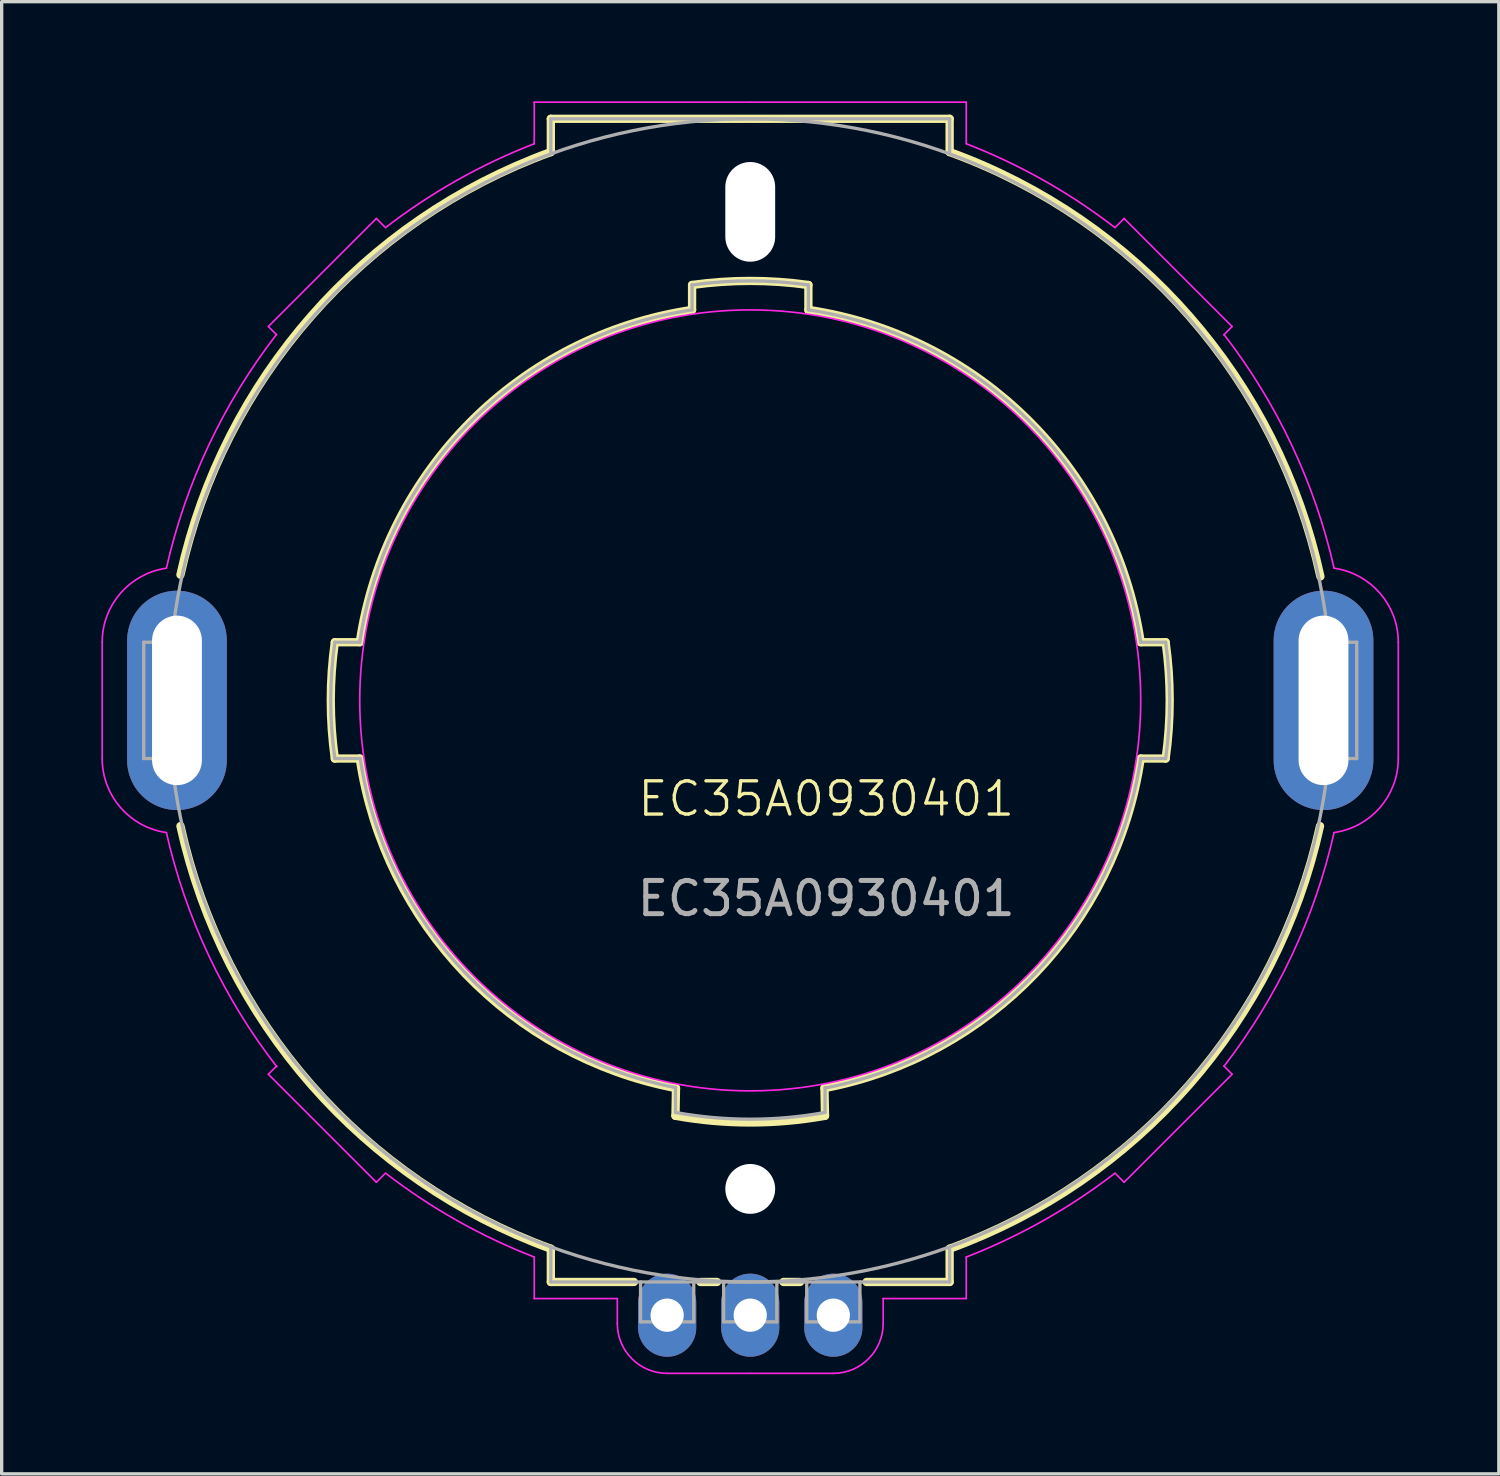
<source format=kicad_pcb>
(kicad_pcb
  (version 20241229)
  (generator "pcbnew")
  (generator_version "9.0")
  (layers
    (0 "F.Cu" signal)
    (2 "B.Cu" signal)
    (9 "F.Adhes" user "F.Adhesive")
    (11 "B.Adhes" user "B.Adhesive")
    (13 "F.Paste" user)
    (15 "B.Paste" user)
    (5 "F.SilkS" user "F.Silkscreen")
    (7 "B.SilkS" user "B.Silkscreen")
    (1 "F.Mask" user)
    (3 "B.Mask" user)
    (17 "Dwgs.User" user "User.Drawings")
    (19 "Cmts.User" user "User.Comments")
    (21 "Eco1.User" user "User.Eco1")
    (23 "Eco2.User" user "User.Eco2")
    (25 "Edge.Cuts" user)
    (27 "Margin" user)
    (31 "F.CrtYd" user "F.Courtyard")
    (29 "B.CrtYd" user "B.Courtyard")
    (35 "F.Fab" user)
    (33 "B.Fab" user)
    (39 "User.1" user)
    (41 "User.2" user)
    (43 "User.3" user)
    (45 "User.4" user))
  (footprint "EC35A0930401"
    (layer "F.Cu")
    (at 19.525 18.025)
    (property "Reference" "EC35A0930401" (at 2.286 2.963 0) (unlocked yes) (layer "F.SilkS") (effects (font (size 1 1) (thickness 0.1))))
    (attr through_hole)
    (fp_line (start -12.5 -1.75) (end -11.75 -1.75) (stroke (width 0.25) (type default)) (layer "F.SilkS"))
    (fp_line (start -12.5 1.75) (end -11.75 1.75) (stroke (width 0.25) (type default)) (layer "F.SilkS"))
    (fp_line (start -6 -17.5) (end 6 -17.5) (stroke (width 0.25) (type default)) (layer "F.SilkS"))
    (fp_line (start -6 -16.5) (end -6 -17.5) (stroke (width 0.25) (type default)) (layer "F.SilkS"))
    (fp_line (start -6 16.5) (end -6 17.5) (stroke (width 0.25) (type default)) (layer "F.SilkS"))
    (fp_line (start -6 17.5) (end -3.5 17.5) (stroke (width 0.25) (type default)) (layer "F.SilkS"))
    (fp_line (start -2.25 12.5) (end -2.234 11.668) (stroke (width 0.25) (type default)) (layer "F.SilkS"))
    (fp_line (start -1.75 -11.75) (end -1.75 -12.5) (stroke (width 0.25) (type default)) (layer "F.SilkS"))
    (fp_line (start -1.5 17.5) (end -1 17.5) (stroke (width 0.25) (type default)) (layer "F.SilkS"))
    (fp_line (start 1 17.5) (end 1.5 17.5) (stroke (width 0.25) (type default)) (layer "F.SilkS"))
    (fp_line (start 1.75 -11.75) (end 1.75 -12.5) (stroke (width 0.25) (type default)) (layer "F.SilkS"))
    (fp_line (start 2.25 12.5) (end 2.234 11.668) (stroke (width 0.25) (type default)) (layer "F.SilkS"))
    (fp_line (start 6 -17.5) (end 6 -16.5) (stroke (width 0.25) (type default)) (layer "F.SilkS"))
    (fp_line (start 6 16.5) (end 6 17.5) (stroke (width 0.25) (type default)) (layer "F.SilkS"))
    (fp_line (start 6 17.5) (end 3.5 17.5) (stroke (width 0.25) (type default)) (layer "F.SilkS"))
    (fp_line (start 11.75 -1.75) (end 12.5 -1.75) (stroke (width 0.25) (type default)) (layer "F.SilkS"))
    (fp_line (start 11.75 1.75) (end 12.5 1.75) (stroke (width 0.25) (type default)) (layer "F.SilkS"))
    (fp_arc (start -17.144876 -3.781958) (mid -13.204487 -11.57115) (end -6 -16.499999) (stroke (width 0.25) (type default)) (layer "F.SilkS"))
    (fp_arc (start -12.499999 1.75) (mid -12.621905 0) (end -12.499999 -1.75) (stroke (width 0.25) (type default)) (layer "F.SilkS"))
    (fp_arc (start -11.75 -1.75) (mid -8.400149 -8.400149) (end -1.75 -11.75) (stroke (width 0.25) (type default)) (layer "F.SilkS"))
    (fp_arc (start -6 16.499999) (mid -13.204486 11.57115) (end -17.144876 3.781958) (stroke (width 0.25) (type default)) (layer "F.SilkS"))
    (fp_arc (start -2.234224 11.667615) (mid -8.572013 8.224694) (end -11.75 1.75) (stroke (width 0.25) (type default)) (layer "F.SilkS"))
    (fp_arc (start -1.75 -12.499999) (mid 0 -12.621905) (end 1.75 -12.499999) (stroke (width 0.25) (type default)) (layer "F.SilkS"))
    (fp_arc (start 1.75 -11.75) (mid 8.400149 -8.400149) (end 11.75 -1.75) (stroke (width 0.25) (type default)) (layer "F.SilkS"))
    (fp_arc (start 2.25 12.499999) (mid 0 12.700885) (end -2.25 12.499999) (stroke (width 0.25) (type default)) (layer "F.SilkS"))
    (fp_arc (start 6 -16.499999) (mid 13.22212 -11.550995) (end 17.156333 -3.729638) (stroke (width 0.25) (type default)) (layer "F.SilkS"))
    (fp_arc (start 11.75 1.75) (mid 8.572013 8.224694) (end 2.234224 11.667615) (stroke (width 0.25) (type default)) (layer "F.SilkS"))
    (fp_arc (start 12.499999 -1.75) (mid 12.621905 0) (end 12.499999 1.75) (stroke (width 0.25) (type default)) (layer "F.SilkS"))
    (fp_arc (start 17.144876 3.781958) (mid 13.204487 11.57115) (end 6 16.499999) (stroke (width 0.25) (type default)) (layer "F.SilkS"))
    (fp_line (start -19.5 -1.75) (end -19.5 1.75) (stroke (width 0.05) (type default)) (layer "F.CrtYd"))
    (fp_line (start -14.5 -11.25) (end -14.25 -11) (stroke (width 0.05) (type default)) (layer "F.CrtYd"))
    (fp_line (start -14.5 11.25) (end -11.25 14.5) (stroke (width 0.05) (type default)) (layer "F.CrtYd"))
    (fp_line (start -14.25 11) (end -14.5 11.25) (stroke (width 0.05) (type default)) (layer "F.CrtYd"))
    (fp_line (start -11.25 -14.5) (end -14.5 -11.25) (stroke (width 0.05) (type default)) (layer "F.CrtYd"))
    (fp_line (start -11.25 14.5) (end -11 14.25) (stroke (width 0.05) (type default)) (layer "F.CrtYd"))
    (fp_line (start -11 -14.25) (end -11.25 -14.5) (stroke (width 0.05) (type default)) (layer "F.CrtYd"))
    (fp_line (start -6.5 -18) (end -6.5 -16.75) (stroke (width 0.05) (type default)) (layer "F.CrtYd"))
    (fp_line (start -6.5 18) (end -6.5 16.75) (stroke (width 0.05) (type default)) (layer "F.CrtYd"))
    (fp_line (start -4 18) (end -6.5 18) (stroke (width 0.05) (type default)) (layer "F.CrtYd"))
    (fp_line (start -4 18.75) (end -4 18) (stroke (width 0.05) (type default)) (layer "F.CrtYd"))
    (fp_line (start 0 -18) (end -6.5 -18) (stroke (width 0.05) (type default)) (layer "F.CrtYd"))
    (fp_line (start 0 -18) (end 6.5 -18) (stroke (width 0.05) (type default)) (layer "F.CrtYd"))
    (fp_line (start 0 20.25) (end -2.5 20.25) (stroke (width 0.05) (type default)) (layer "F.CrtYd"))
    (fp_line (start 0 20.25) (end 2.5 20.25) (stroke (width 0.05) (type default)) (layer "F.CrtYd"))
    (fp_line (start 4 18) (end 6.5 18) (stroke (width 0.05) (type default)) (layer "F.CrtYd"))
    (fp_line (start 4 18.75) (end 4 18) (stroke (width 0.05) (type default)) (layer "F.CrtYd"))
    (fp_line (start 6.5 -18) (end 6.5 -16.75) (stroke (width 0.05) (type default)) (layer "F.CrtYd"))
    (fp_line (start 6.5 18) (end 6.5 16.75) (stroke (width 0.05) (type default)) (layer "F.CrtYd"))
    (fp_line (start 11 14.25) (end 11.25 14.5) (stroke (width 0.05) (type default)) (layer "F.CrtYd"))
    (fp_line (start 11.25 -14.5) (end 11 -14.25) (stroke (width 0.05) (type default)) (layer "F.CrtYd"))
    (fp_line (start 11.25 14.5) (end 14.5 11.25) (stroke (width 0.05) (type default)) (layer "F.CrtYd"))
    (fp_line (start 14.25 -11) (end 14.5 -11.25) (stroke (width 0.05) (type default)) (layer "F.CrtYd"))
    (fp_line (start 14.5 -11.25) (end 11.25 -14.5) (stroke (width 0.05) (type default)) (layer "F.CrtYd"))
    (fp_line (start 14.5 11.25) (end 14.25 11) (stroke (width 0.05) (type default)) (layer "F.CrtYd"))
    (fp_line (start 19.5 1.75) (end 19.5 -1.75) (stroke (width 0.05) (type default)) (layer "F.CrtYd"))
    (fp_arc (start -19.5 -1.75) (mid -18.949771 -3.224204) (end -17.568198 -3.977386) (stroke (width 0.05) (type default)) (layer "F.CrtYd"))
    (fp_arc (start -17.568198 -3.977386) (mid -16.296991 -7.672632) (end -14.258763 -11.006764) (stroke (width 0.05) (type default)) (layer "F.CrtYd"))
    (fp_arc (start -17.568198 3.977386) (mid -18.949771 3.224204) (end -19.5 1.75) (stroke (width 0.05) (type default)) (layer "F.CrtYd"))
    (fp_arc (start -14.245087 11.024458) (mid -16.292225 7.682747) (end -17.568198 3.977386) (stroke (width 0.05) (type default)) (layer "F.CrtYd"))
    (fp_arc (start -10.978764 -14.22249) (mid -8.830282 -15.647319) (end -6.5 -16.749999) (stroke (width 0.05) (type default)) (layer "F.CrtYd"))
    (fp_arc (start -6.5 16.749999) (mid -8.830282 15.647319) (end -10.978764 14.22249) (stroke (width 0.05) (type default)) (layer "F.CrtYd"))
    (fp_arc (start -2.5 20.25) (mid -3.56066 19.81066) (end -4 18.75) (stroke (width 0.05) (type default)) (layer "F.CrtYd"))
    (fp_arc (start 4 18.75) (mid 3.56066 19.81066) (end 2.5 20.25) (stroke (width 0.05) (type default)) (layer "F.CrtYd"))
    (fp_arc (start 6.5 -16.749999) (mid 8.830282 -15.647319) (end 10.978764 -14.22249) (stroke (width 0.05) (type default)) (layer "F.CrtYd"))
    (fp_arc (start 10.978764 14.22249) (mid 8.830282 15.647319) (end 6.5 16.749999) (stroke (width 0.05) (type default)) (layer "F.CrtYd"))
    (fp_arc (start 14.258763 -11.006764) (mid 16.29699 -7.672632) (end 17.568198 -3.977386) (stroke (width 0.05) (type default)) (layer "F.CrtYd"))
    (fp_arc (start 17.568198 -3.977386) (mid 18.949771 -3.224204) (end 19.5 -1.75) (stroke (width 0.05) (type default)) (layer "F.CrtYd"))
    (fp_arc (start 17.568198 3.977386) (mid 16.296991 7.672632) (end 14.258763 11.006764) (stroke (width 0.05) (type default)) (layer "F.CrtYd"))
    (fp_arc (start 19.5 1.75) (mid 18.949771 3.224204) (end 17.568198 3.977386) (stroke (width 0.05) (type default)) (layer "F.CrtYd"))
    (fp_circle (center 0 0) (end 11.75 0) (stroke (width 0.05) (type default)) (fill no) (layer "F.CrtYd"))
    (fp_line (start -18.25 -1.75) (end -18.25 1.75) (stroke (width 0.1) (type default)) (layer "F.Fab"))
    (fp_line (start -18.25 -1.75) (end -17.45 -1.75) (stroke (width 0.1) (type default)) (layer "F.Fab"))
    (fp_line (start -18.25 1.75) (end -17.45 1.75) (stroke (width 0.1) (type default)) (layer "F.Fab"))
    (fp_line (start -12.5 -1.75) (end -11.75 -1.75) (stroke (width 0.1) (type default)) (layer "F.Fab"))
    (fp_line (start -12.5 1.75) (end -11.75 1.75) (stroke (width 0.1) (type default)) (layer "F.Fab"))
    (fp_line (start -6 -17.5) (end -6 -16.5) (stroke (width 0.1) (type default)) (layer "F.Fab"))
    (fp_line (start -6 17.5) (end -6 16.5) (stroke (width 0.1) (type default)) (layer "F.Fab"))
    (fp_line (start -3.3 18.7) (end -3.3 17.5) (stroke (width 0.1) (type default)) (layer "F.Fab"))
    (fp_line (start -2.5 18.7) (end -3.3 18.7) (stroke (width 0.1) (type default)) (layer "F.Fab"))
    (fp_line (start -2.5 18.7) (end -1.7 18.7) (stroke (width 0.1) (type default)) (layer "F.Fab"))
    (fp_line (start -2.25 12.4) (end -2.25 11.65) (stroke (width 0.1) (type default)) (layer "F.Fab"))
    (fp_line (start -1.75 -12.5) (end -1.75 -11.75) (stroke (width 0.1) (type default)) (layer "F.Fab"))
    (fp_line (start -1.7 18.7) (end -1.7 17.5) (stroke (width 0.1) (type default)) (layer "F.Fab"))
    (fp_line (start -0.8 18.7) (end -0.8 17.5) (stroke (width 0.1) (type default)) (layer "F.Fab"))
    (fp_line (start 0 -17.5) (end -6 -17.5) (stroke (width 0.1) (type default)) (layer "F.Fab"))
    (fp_line (start 0 -17.5) (end 6 -17.5) (stroke (width 0.1) (type default)) (layer "F.Fab"))
    (fp_line (start 0 17.5) (end -6 17.5) (stroke (width 0.1) (type default)) (layer "F.Fab"))
    (fp_line (start 0 17.5) (end 6 17.5) (stroke (width 0.1) (type default)) (layer "F.Fab"))
    (fp_line (start 0 18.7) (end -0.8 18.7) (stroke (width 0.1) (type default)) (layer "F.Fab"))
    (fp_line (start 0 18.7) (end 0.8 18.7) (stroke (width 0.1) (type default)) (layer "F.Fab"))
    (fp_line (start 0.8 18.7) (end 0.8 17.5) (stroke (width 0.1) (type default)) (layer "F.Fab"))
    (fp_line (start 1.7 18.7) (end 1.7 17.5) (stroke (width 0.1) (type default)) (layer "F.Fab"))
    (fp_line (start 1.75 -12.5) (end 1.75 -11.75) (stroke (width 0.1) (type default)) (layer "F.Fab"))
    (fp_line (start 2.25 12.4) (end 2.25 11.65) (stroke (width 0.1) (type default)) (layer "F.Fab"))
    (fp_line (start 2.5 18.7) (end 1.7 18.7) (stroke (width 0.1) (type default)) (layer "F.Fab"))
    (fp_line (start 2.5 18.7) (end 3.3 18.7) (stroke (width 0.1) (type default)) (layer "F.Fab"))
    (fp_line (start 3.3 18.7) (end 3.3 17.5) (stroke (width 0.1) (type default)) (layer "F.Fab"))
    (fp_line (start 6 -17.5) (end 6 -16.5) (stroke (width 0.1) (type default)) (layer "F.Fab"))
    (fp_line (start 6 17.5) (end 6 16.5) (stroke (width 0.1) (type default)) (layer "F.Fab"))
    (fp_line (start 12.5 -1.75) (end 11.75 -1.75) (stroke (width 0.1) (type default)) (layer "F.Fab"))
    (fp_line (start 12.5 1.75) (end 11.75 1.75) (stroke (width 0.1) (type default)) (layer "F.Fab"))
    (fp_line (start 18.25 -1.75) (end 17.45 -1.75) (stroke (width 0.1) (type default)) (layer "F.Fab"))
    (fp_line (start 18.25 1.75) (end 17.45 1.75) (stroke (width 0.1) (type default)) (layer "F.Fab"))
    (fp_line (start 18.25 1.75) (end 18.25 -1.75) (stroke (width 0.1) (type default)) (layer "F.Fab"))
    (fp_arc (start -12.499999 1.75) (mid -12.621905 0) (end -12.499999 -1.75) (stroke (width 0.1) (type default)) (layer "F.Fab"))
    (fp_arc (start -11.75 -1.75) (mid -8.400149 -8.400149) (end -1.75 -11.75) (stroke (width 0.1) (type default)) (layer "F.Fab"))
    (fp_arc (start -2.25 11.65) (mid -8.568188 8.207993) (end -11.735837 1.747891) (stroke (width 0.1) (type default)) (layer "F.Fab"))
    (fp_arc (start -1.75 -12.499999) (mid 0 -12.621905) (end 1.75 -12.499999) (stroke (width 0.1) (type default)) (layer "F.Fab"))
    (fp_arc (start 1.75 -11.75) (mid 8.400149 -8.400149) (end 11.75 -1.75) (stroke (width 0.1) (type default)) (layer "F.Fab"))
    (fp_arc (start 2.25 12.399999) (mid 0 12.602479) (end -2.25 12.399999) (stroke (width 0.1) (type default)) (layer "F.Fab"))
    (fp_arc (start 11.75 1.75) (mid 8.578528 8.217898) (end 2.252715 11.664059) (stroke (width 0.1) (type default)) (layer "F.Fab"))
    (fp_arc (start 12.499999 -1.75) (mid 12.621905 0) (end 12.499999 1.75) (stroke (width 0.1) (type default)) (layer "F.Fab"))
    (fp_circle (center 0 0) (end 17.5 0) (stroke (width 0.1) (type default)) (fill no) (layer "F.Fab"))
    (fp_text user "${REFERENCE}" (at 2.286 5.963 0) (unlocked yes) (layer "F.Fab") (effects (font (size 1 1) (thickness 0.15))))
    (pad "" thru_hole oval (at -17.25 0) (size 3 6.6) (drill oval 1.5 5.1) (layers "*.Cu" "*.Mask"))
    (pad "" np_thru_hole oval (at 0 -14.7) (size 1.5 3) (drill oval 1.5 3) (layers "*.Cu" "*.Mask"))
    (pad "" np_thru_hole circle (at 0 14.7) (size 1.5 1.5) (drill 1.5) (layers "*.Cu" "*.Mask"))
    (pad "" thru_hole oval (at 17.25 0) (size 3 6.6) (drill oval 1.5 5.1) (layers "*.Cu" "*.Mask"))
    (pad "A" thru_hole oval (at -2.5 18.5) (size 1.75 2.5) (drill 1) (layers "*.Cu" "*.Mask"))
    (pad "B" thru_hole oval (at 2.5 18.5) (size 1.75 2.5) (drill 1) (layers "*.Cu" "*.Mask"))
    (pad "C" thru_hole oval (at 0 18.5) (size 1.75 2.5) (drill 1) (layers "*.Cu" "*.Mask"))
    (zone (net_name "") (layers "F.Cu" "Dwgs.User") (hatch edge 0.5) (connect_pads) (min_thickness 0.25) (filled_areas_thickness no) (keepout (tracks allowed) (vias allowed) (pads allowed) (copperpour allowed) (footprints not_allowed)) (placement (enabled no)) (fill) (polygon (pts (xy 5.1 29.339) (xy 7.858 26.581) (xy 10.969 29.692) (xy 8.211 32.45))))
    (zone (net_name "") (layers "F.Cu" "Dwgs.User") (hatch edge 0.5) (connect_pads) (min_thickness 0.25) (filled_areas_thickness no) (keepout (tracks allowed) (vias allowed) (pads allowed) (copperpour allowed) (footprints not_allowed)) (placement (enabled no)) (fill) (polygon (pts (xy 8.211 3.6) (xy 10.969 6.358) (xy 7.858 9.469) (xy 5.1 6.711))))
    (zone (net_name "") (layers "F.Cu" "Dwgs.User") (hatch edge 0.5) (connect_pads) (min_thickness 0.25) (filled_areas_thickness no) (keepout (tracks allowed) (vias allowed) (pads allowed) (copperpour allowed) (footprints not_allowed)) (placement (enabled no)) (fill) (polygon (pts (xy 28.081 6.358) (xy 30.839 3.6) (xy 33.95 6.711) (xy 31.192 9.469))))
    (zone (net_name "") (layers "F.Cu" "Dwgs.User") (hatch edge 0.5) (connect_pads) (min_thickness 0.25) (filled_areas_thickness no) (keepout (tracks allowed) (vias allowed) (pads allowed) (copperpour allowed) (footprints not_allowed)) (placement (enabled no)) (fill) (polygon (pts (xy 31.192 26.581) (xy 33.95 29.339) (xy 30.839 32.45) (xy 28.081 29.692))))
    (zone (net_name "") (layers "F.Cu" "Dwgs.User") (hatch edge 0.5) (connect_pads) (min_thickness 0.25) (filled_areas_thickness no) (keepout (tracks allowed) (vias allowed) (pads not_allowed) (copperpour allowed) (footprints not_allowed)) (placement (enabled no)) (fill) (polygon (pts (xy 5.126 16.967) (xy 5.315 17.04) (xy 5.488 17.147) (xy 5.638 17.284) (xy 5.76 17.446) (xy 5.851 17.628) (xy 5.906 17.823) (xy 5.925 18.025) (xy 5.906 18.227) (xy 5.851 18.422) (xy 5.76 18.604) (xy 5.638 18.766) (xy 5.488 18.903) (xy 5.315 19.01) (xy 5.126 19.083) (xy 4.926 19.12) (xy 4.724 19.12) (xy 4.524 19.083) (xy 4.335 19.01) (xy 4.162 18.903) (xy 4.012 18.766) (xy 3.89 18.604) (xy 3.799 18.422) (xy 3.744 18.227) (xy 3.725 18.025) (xy 3.744 17.823) (xy 3.799 17.628) (xy 3.89 17.446) (xy 4.012 17.284) (xy 4.162 17.147) (xy 4.335 17.04) (xy 4.524 16.967) (xy 4.724 16.93) (xy 4.926 16.93))))
    (zone (net_name "") (layers "F.Cu" "Dwgs.User") (hatch edge 0.5) (connect_pads) (min_thickness 0.25) (filled_areas_thickness no) (keepout (tracks allowed) (vias allowed) (pads not_allowed) (copperpour allowed) (footprints not_allowed)) (placement (enabled no)) (fill) (polygon (pts (xy 34.526 16.967) (xy 34.715 17.04) (xy 34.888 17.147) (xy 35.038 17.284) (xy 35.16 17.446) (xy 35.251 17.628) (xy 35.306 17.823) (xy 35.325 18.025) (xy 35.306 18.227) (xy 35.251 18.422) (xy 35.16 18.604) (xy 35.038 18.766) (xy 34.888 18.903) (xy 34.715 19.01) (xy 34.526 19.083) (xy 34.326 19.12) (xy 34.124 19.12) (xy 33.924 19.083) (xy 33.735 19.01) (xy 33.562 18.903) (xy 33.412 18.766) (xy 33.29 18.604) (xy 33.199 18.422) (xy 33.144 18.227) (xy 33.125 18.025) (xy 33.144 17.823) (xy 33.199 17.628) (xy 33.29 17.446) (xy 33.412 17.284) (xy 33.562 17.147) (xy 33.735 17.04) (xy 33.924 16.967) (xy 34.124 16.93) (xy 34.326 16.93)))))
  (gr_rect
    (start -3 -3)
    (end 42.05 41.3)
    (stroke (width 0.1) (type default))
    (fill no)
    (layer "Edge.Cuts")))
</source>
